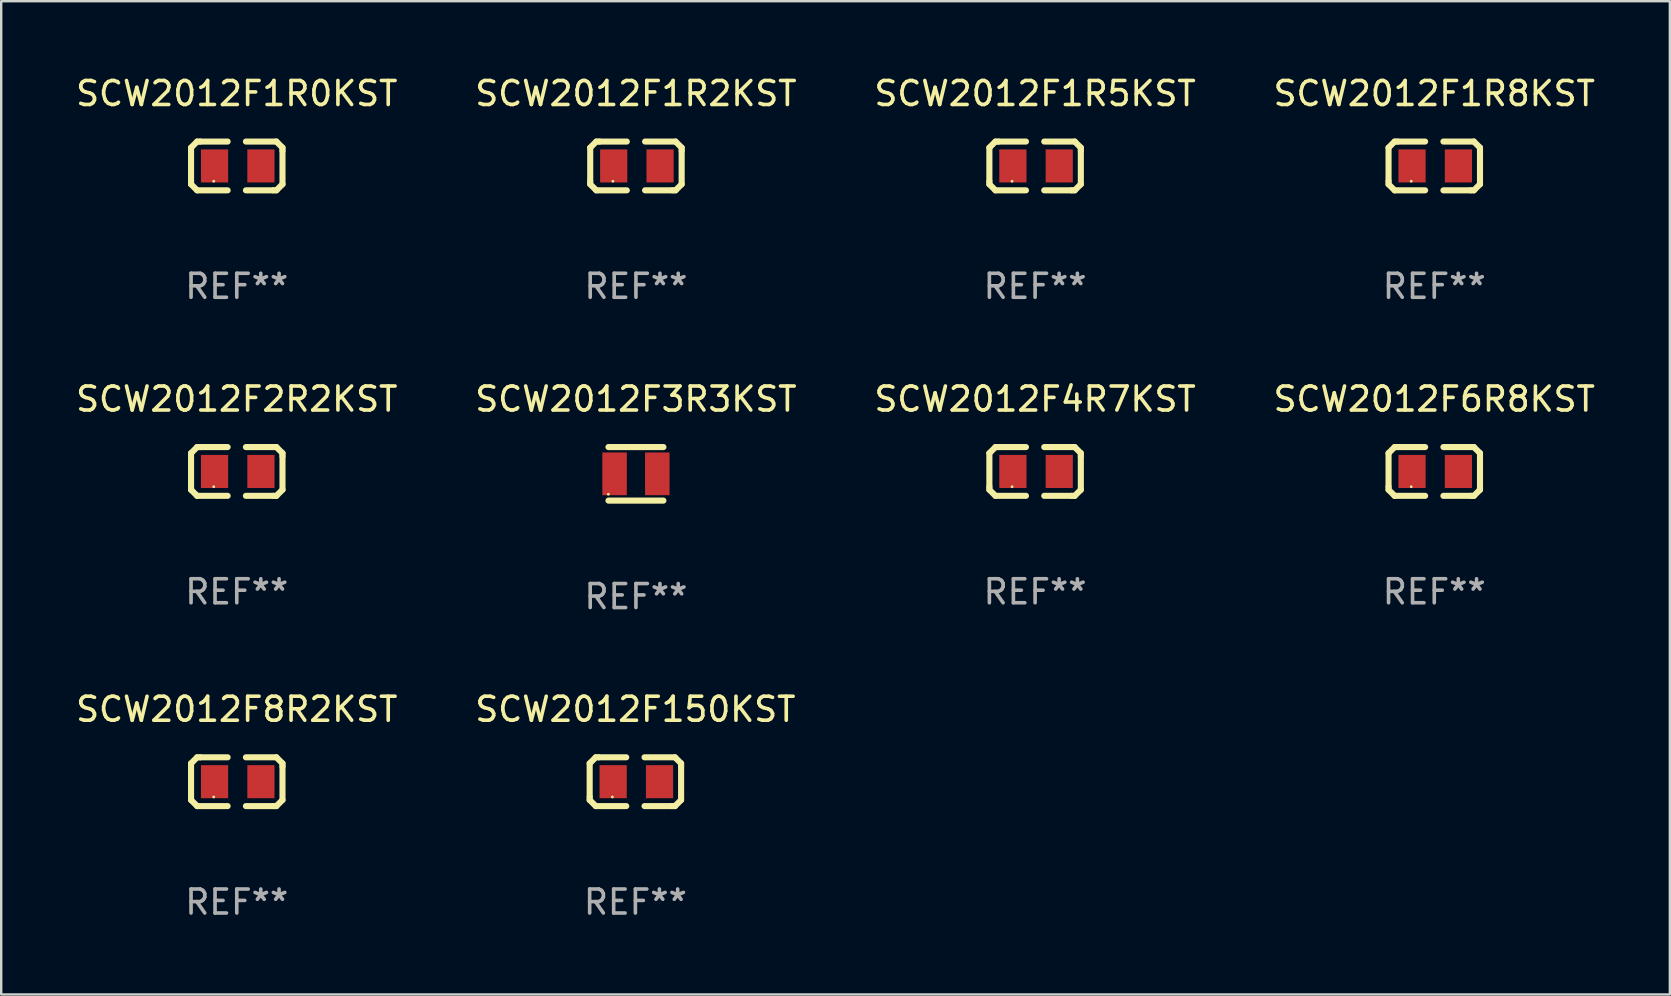
<source format=kicad_pcb>
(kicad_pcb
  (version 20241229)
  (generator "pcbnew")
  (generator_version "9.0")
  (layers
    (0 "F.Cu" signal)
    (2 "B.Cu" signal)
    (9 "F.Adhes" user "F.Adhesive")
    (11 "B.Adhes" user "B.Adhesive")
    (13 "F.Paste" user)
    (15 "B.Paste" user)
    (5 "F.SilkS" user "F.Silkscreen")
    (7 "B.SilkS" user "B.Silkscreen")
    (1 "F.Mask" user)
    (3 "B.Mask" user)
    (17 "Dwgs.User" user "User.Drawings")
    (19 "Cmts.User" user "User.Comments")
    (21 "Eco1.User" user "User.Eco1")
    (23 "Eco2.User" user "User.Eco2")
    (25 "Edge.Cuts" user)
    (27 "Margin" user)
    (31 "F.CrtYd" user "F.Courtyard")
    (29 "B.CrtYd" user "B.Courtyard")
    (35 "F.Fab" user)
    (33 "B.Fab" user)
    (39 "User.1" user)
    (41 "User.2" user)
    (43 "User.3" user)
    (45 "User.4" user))
  (footprint "SCW2012F6R8KST"
    (layer "F.Cu")
    (at 56.708 16.593)
    (property "Reference" "SCW2012F6R8KST" (at 0 -3.016 0) (layer "F.SilkS") (effects (font (size 1 1) (thickness 0.15))))
    (attr through_hole)
    (fp_line (start -1.905 -0.762) (end -1.905 0.635) (stroke (width 0.254) (type solid)) (layer "F.SilkS"))
    (fp_line (start -1.905 0.635) (end -1.905 0.762) (stroke (width 0.254) (type solid)) (layer "F.SilkS"))
    (fp_line (start -1.905 0.762) (end -1.651 1.016) (stroke (width 0.254) (type solid)) (layer "F.SilkS"))
    (fp_line (start -1.651 -1.016) (end -1.905 -0.762) (stroke (width 0.254) (type solid)) (layer "F.SilkS"))
    (fp_line (start -1.651 1.016) (end -0.381 1.016) (stroke (width 0.254) (type solid)) (layer "F.SilkS"))
    (fp_line (start -1.524 -1.016) (end -1.651 -1.016) (stroke (width 0.254) (type solid)) (layer "F.SilkS"))
    (fp_line (start -0.381 -1.016) (end -1.524 -1.016) (stroke (width 0.254) (type solid)) (layer "F.SilkS"))
    (fp_line (start 0.381 1.016) (end 1.524 1.016) (stroke (width 0.254) (type solid)) (layer "F.SilkS"))
    (fp_line (start 1.524 1.016) (end 1.651 1.016) (stroke (width 0.254) (type solid)) (layer "F.SilkS"))
    (fp_line (start 1.651 -1.016) (end 0.381 -1.016) (stroke (width 0.254) (type solid)) (layer "F.SilkS"))
    (fp_line (start 1.651 1.016) (end 1.905 0.762) (stroke (width 0.254) (type solid)) (layer "F.SilkS"))
    (fp_line (start 1.905 -0.762) (end 1.651 -1.016) (stroke (width 0.254) (type solid)) (layer "F.SilkS"))
    (fp_line (start 1.905 -0.635) (end 1.905 -0.762) (stroke (width 0.254) (type solid)) (layer "F.SilkS"))
    (fp_line (start 1.905 0.762) (end 1.905 -0.635) (stroke (width 0.254) (type solid)) (layer "F.SilkS"))
    (fp_circle (center -0.96 0.637) (end -0.93 0.637) (stroke (width 0.06) (type solid)) (fill no) (layer "F.SilkS"))
    (fp_text user "REF**" (at 0 5.016 0) (layer "F.Fab") (effects (font (size 1 1) (thickness 0.15))))
    (pad "1" smd rect (at -0.926 -0.000051) (size 1.133 1.377) (layers "F.Cu" "F.Mask" "F.Paste"))
    (pad "2" smd rect (at 1.006 -0.000051) (size 1.133 1.377) (layers "F.Cu" "F.Mask" "F.Paste")))
  (footprint "SCW2012F2R2KST"
    (layer "F.Cu")
    (at 6.815 16.593)
    (property "Reference" "SCW2012F2R2KST" (at 0 -3.016 0) (layer "F.SilkS") (effects (font (size 1 1) (thickness 0.15))))
    (attr through_hole)
    (fp_line (start -1.905 -0.762) (end -1.905 0.635) (stroke (width 0.254) (type solid)) (layer "F.SilkS"))
    (fp_line (start -1.905 0.635) (end -1.905 0.762) (stroke (width 0.254) (type solid)) (layer "F.SilkS"))
    (fp_line (start -1.905 0.762) (end -1.651 1.016) (stroke (width 0.254) (type solid)) (layer "F.SilkS"))
    (fp_line (start -1.651 -1.016) (end -1.905 -0.762) (stroke (width 0.254) (type solid)) (layer "F.SilkS"))
    (fp_line (start -1.651 1.016) (end -0.381 1.016) (stroke (width 0.254) (type solid)) (layer "F.SilkS"))
    (fp_line (start -1.524 -1.016) (end -1.651 -1.016) (stroke (width 0.254) (type solid)) (layer "F.SilkS"))
    (fp_line (start -0.381 -1.016) (end -1.524 -1.016) (stroke (width 0.254) (type solid)) (layer "F.SilkS"))
    (fp_line (start 0.381 1.016) (end 1.524 1.016) (stroke (width 0.254) (type solid)) (layer "F.SilkS"))
    (fp_line (start 1.524 1.016) (end 1.651 1.016) (stroke (width 0.254) (type solid)) (layer "F.SilkS"))
    (fp_line (start 1.651 -1.016) (end 0.381 -1.016) (stroke (width 0.254) (type solid)) (layer "F.SilkS"))
    (fp_line (start 1.651 1.016) (end 1.905 0.762) (stroke (width 0.254) (type solid)) (layer "F.SilkS"))
    (fp_line (start 1.905 -0.762) (end 1.651 -1.016) (stroke (width 0.254) (type solid)) (layer "F.SilkS"))
    (fp_line (start 1.905 -0.635) (end 1.905 -0.762) (stroke (width 0.254) (type solid)) (layer "F.SilkS"))
    (fp_line (start 1.905 0.762) (end 1.905 -0.635) (stroke (width 0.254) (type solid)) (layer "F.SilkS"))
    (fp_circle (center -0.96 0.637) (end -0.93 0.637) (stroke (width 0.06) (type solid)) (fill no) (layer "F.SilkS"))
    (fp_text user "REF**" (at 0 5.016 0) (layer "F.Fab") (effects (font (size 1 1) (thickness 0.15))))
    (pad "1" smd rect (at -0.926 -0.000051) (size 1.133 1.377) (layers "F.Cu" "F.Mask" "F.Paste"))
    (pad "2" smd rect (at 1.006 -0.000051) (size 1.133 1.377) (layers "F.Cu" "F.Mask" "F.Paste")))
  (footprint "SCW2012F1R8KST"
    (layer "F.Cu")
    (at 56.708 3.864)
    (property "Reference" "SCW2012F1R8KST" (at 0 -3.016 0) (layer "F.SilkS") (effects (font (size 1 1) (thickness 0.15))))
    (attr through_hole)
    (fp_line (start -1.905 -0.762) (end -1.905 0.635) (stroke (width 0.254) (type solid)) (layer "F.SilkS"))
    (fp_line (start -1.905 0.635) (end -1.905 0.762) (stroke (width 0.254) (type solid)) (layer "F.SilkS"))
    (fp_line (start -1.905 0.762) (end -1.651 1.016) (stroke (width 0.254) (type solid)) (layer "F.SilkS"))
    (fp_line (start -1.651 -1.016) (end -1.905 -0.762) (stroke (width 0.254) (type solid)) (layer "F.SilkS"))
    (fp_line (start -1.651 1.016) (end -0.381 1.016) (stroke (width 0.254) (type solid)) (layer "F.SilkS"))
    (fp_line (start -1.524 -1.016) (end -1.651 -1.016) (stroke (width 0.254) (type solid)) (layer "F.SilkS"))
    (fp_line (start -0.381 -1.016) (end -1.524 -1.016) (stroke (width 0.254) (type solid)) (layer "F.SilkS"))
    (fp_line (start 0.381 1.016) (end 1.524 1.016) (stroke (width 0.254) (type solid)) (layer "F.SilkS"))
    (fp_line (start 1.524 1.016) (end 1.651 1.016) (stroke (width 0.254) (type solid)) (layer "F.SilkS"))
    (fp_line (start 1.651 -1.016) (end 0.381 -1.016) (stroke (width 0.254) (type solid)) (layer "F.SilkS"))
    (fp_line (start 1.651 1.016) (end 1.905 0.762) (stroke (width 0.254) (type solid)) (layer "F.SilkS"))
    (fp_line (start 1.905 -0.762) (end 1.651 -1.016) (stroke (width 0.254) (type solid)) (layer "F.SilkS"))
    (fp_line (start 1.905 -0.635) (end 1.905 -0.762) (stroke (width 0.254) (type solid)) (layer "F.SilkS"))
    (fp_line (start 1.905 0.762) (end 1.905 -0.635) (stroke (width 0.254) (type solid)) (layer "F.SilkS"))
    (fp_circle (center -0.96 0.637) (end -0.93 0.637) (stroke (width 0.06) (type solid)) (fill no) (layer "F.SilkS"))
    (fp_text user "REF**" (at 0 5.016 0) (layer "F.Fab") (effects (font (size 1 1) (thickness 0.15))))
    (pad "1" smd rect (at -0.926 -0.000051) (size 1.133 1.377) (layers "F.Cu" "F.Mask" "F.Paste"))
    (pad "2" smd rect (at 1.006 -0.000051) (size 1.133 1.377) (layers "F.Cu" "F.Mask" "F.Paste")))
  (footprint "SCW2012F150KST"
    (layer "F.Cu")
    (at 23.423 29.519)
    (property "Reference" "SCW2012F150KST" (at 0 -3.016 0) (layer "F.SilkS") (effects (font (size 1 1) (thickness 0.15))))
    (attr through_hole)
    (fp_line (start -1.905 -0.762) (end -1.905 0.635) (stroke (width 0.254) (type solid)) (layer "F.SilkS"))
    (fp_line (start -1.905 0.635) (end -1.905 0.762) (stroke (width 0.254) (type solid)) (layer "F.SilkS"))
    (fp_line (start -1.905 0.762) (end -1.651 1.016) (stroke (width 0.254) (type solid)) (layer "F.SilkS"))
    (fp_line (start -1.651 -1.016) (end -1.905 -0.762) (stroke (width 0.254) (type solid)) (layer "F.SilkS"))
    (fp_line (start -1.651 1.016) (end -0.381 1.016) (stroke (width 0.254) (type solid)) (layer "F.SilkS"))
    (fp_line (start -1.524 -1.016) (end -1.651 -1.016) (stroke (width 0.254) (type solid)) (layer "F.SilkS"))
    (fp_line (start -0.381 -1.016) (end -1.524 -1.016) (stroke (width 0.254) (type solid)) (layer "F.SilkS"))
    (fp_line (start 0.381 1.016) (end 1.524 1.016) (stroke (width 0.254) (type solid)) (layer "F.SilkS"))
    (fp_line (start 1.524 1.016) (end 1.651 1.016) (stroke (width 0.254) (type solid)) (layer "F.SilkS"))
    (fp_line (start 1.651 -1.016) (end 0.381 -1.016) (stroke (width 0.254) (type solid)) (layer "F.SilkS"))
    (fp_line (start 1.651 1.016) (end 1.905 0.762) (stroke (width 0.254) (type solid)) (layer "F.SilkS"))
    (fp_line (start 1.905 -0.762) (end 1.651 -1.016) (stroke (width 0.254) (type solid)) (layer "F.SilkS"))
    (fp_line (start 1.905 -0.635) (end 1.905 -0.762) (stroke (width 0.254) (type solid)) (layer "F.SilkS"))
    (fp_line (start 1.905 0.762) (end 1.905 -0.635) (stroke (width 0.254) (type solid)) (layer "F.SilkS"))
    (fp_circle (center -0.96 0.637) (end -0.93 0.637) (stroke (width 0.06) (type solid)) (fill no) (layer "F.SilkS"))
    (fp_text user "REF**" (at 0 5.016 0) (layer "F.Fab") (effects (font (size 1 1) (thickness 0.15))))
    (pad "1" smd rect (at -0.926 -0.000051) (size 1.133 1.377) (layers "F.Cu" "F.Mask" "F.Paste"))
    (pad "2" smd rect (at 1.006 -0.000051) (size 1.133 1.377) (layers "F.Cu" "F.Mask" "F.Paste")))
  (footprint "SCW2012F1R5KST"
    (layer "F.Cu")
    (at 40.077 3.864)
    (property "Reference" "SCW2012F1R5KST" (at 0 -3.016 0) (layer "F.SilkS") (effects (font (size 1 1) (thickness 0.15))))
    (attr through_hole)
    (fp_line (start -1.905 -0.762) (end -1.905 0.635) (stroke (width 0.254) (type solid)) (layer "F.SilkS"))
    (fp_line (start -1.905 0.635) (end -1.905 0.762) (stroke (width 0.254) (type solid)) (layer "F.SilkS"))
    (fp_line (start -1.905 0.762) (end -1.651 1.016) (stroke (width 0.254) (type solid)) (layer "F.SilkS"))
    (fp_line (start -1.651 -1.016) (end -1.905 -0.762) (stroke (width 0.254) (type solid)) (layer "F.SilkS"))
    (fp_line (start -1.651 1.016) (end -0.381 1.016) (stroke (width 0.254) (type solid)) (layer "F.SilkS"))
    (fp_line (start -1.524 -1.016) (end -1.651 -1.016) (stroke (width 0.254) (type solid)) (layer "F.SilkS"))
    (fp_line (start -0.381 -1.016) (end -1.524 -1.016) (stroke (width 0.254) (type solid)) (layer "F.SilkS"))
    (fp_line (start 0.381 1.016) (end 1.524 1.016) (stroke (width 0.254) (type solid)) (layer "F.SilkS"))
    (fp_line (start 1.524 1.016) (end 1.651 1.016) (stroke (width 0.254) (type solid)) (layer "F.SilkS"))
    (fp_line (start 1.651 -1.016) (end 0.381 -1.016) (stroke (width 0.254) (type solid)) (layer "F.SilkS"))
    (fp_line (start 1.651 1.016) (end 1.905 0.762) (stroke (width 0.254) (type solid)) (layer "F.SilkS"))
    (fp_line (start 1.905 -0.762) (end 1.651 -1.016) (stroke (width 0.254) (type solid)) (layer "F.SilkS"))
    (fp_line (start 1.905 -0.635) (end 1.905 -0.762) (stroke (width 0.254) (type solid)) (layer "F.SilkS"))
    (fp_line (start 1.905 0.762) (end 1.905 -0.635) (stroke (width 0.254) (type solid)) (layer "F.SilkS"))
    (fp_circle (center -0.96 0.637) (end -0.93 0.637) (stroke (width 0.06) (type solid)) (fill no) (layer "F.SilkS"))
    (fp_text user "REF**" (at 0 5.016 0) (layer "F.Fab") (effects (font (size 1 1) (thickness 0.15))))
    (pad "1" smd rect (at -0.926 -0.000051) (size 1.133 1.377) (layers "F.Cu" "F.Mask" "F.Paste"))
    (pad "2" smd rect (at 1.006 -0.000051) (size 1.133 1.377) (layers "F.Cu" "F.Mask" "F.Paste")))
  (footprint "SCW2012F1R2KST"
    (layer "F.Cu")
    (at 23.446 3.864)
    (property "Reference" "SCW2012F1R2KST" (at 0 -3.016 0) (layer "F.SilkS") (effects (font (size 1 1) (thickness 0.15))))
    (attr through_hole)
    (fp_line (start -1.905 -0.762) (end -1.905 0.635) (stroke (width 0.254) (type solid)) (layer "F.SilkS"))
    (fp_line (start -1.905 0.635) (end -1.905 0.762) (stroke (width 0.254) (type solid)) (layer "F.SilkS"))
    (fp_line (start -1.905 0.762) (end -1.651 1.016) (stroke (width 0.254) (type solid)) (layer "F.SilkS"))
    (fp_line (start -1.651 -1.016) (end -1.905 -0.762) (stroke (width 0.254) (type solid)) (layer "F.SilkS"))
    (fp_line (start -1.651 1.016) (end -0.381 1.016) (stroke (width 0.254) (type solid)) (layer "F.SilkS"))
    (fp_line (start -1.524 -1.016) (end -1.651 -1.016) (stroke (width 0.254) (type solid)) (layer "F.SilkS"))
    (fp_line (start -0.381 -1.016) (end -1.524 -1.016) (stroke (width 0.254) (type solid)) (layer "F.SilkS"))
    (fp_line (start 0.381 1.016) (end 1.524 1.016) (stroke (width 0.254) (type solid)) (layer "F.SilkS"))
    (fp_line (start 1.524 1.016) (end 1.651 1.016) (stroke (width 0.254) (type solid)) (layer "F.SilkS"))
    (fp_line (start 1.651 -1.016) (end 0.381 -1.016) (stroke (width 0.254) (type solid)) (layer "F.SilkS"))
    (fp_line (start 1.651 1.016) (end 1.905 0.762) (stroke (width 0.254) (type solid)) (layer "F.SilkS"))
    (fp_line (start 1.905 -0.762) (end 1.651 -1.016) (stroke (width 0.254) (type solid)) (layer "F.SilkS"))
    (fp_line (start 1.905 -0.635) (end 1.905 -0.762) (stroke (width 0.254) (type solid)) (layer "F.SilkS"))
    (fp_line (start 1.905 0.762) (end 1.905 -0.635) (stroke (width 0.254) (type solid)) (layer "F.SilkS"))
    (fp_circle (center -0.96 0.637) (end -0.93 0.637) (stroke (width 0.06) (type solid)) (fill no) (layer "F.SilkS"))
    (fp_text user "REF**" (at 0 5.016 0) (layer "F.Fab") (effects (font (size 1 1) (thickness 0.15))))
    (pad "1" smd rect (at -0.926 -0.000051) (size 1.133 1.377) (layers "F.Cu" "F.Mask" "F.Paste"))
    (pad "2" smd rect (at 1.006 -0.000051) (size 1.133 1.377) (layers "F.Cu" "F.Mask" "F.Paste")))
  (footprint "SCW2012F8R2KST"
    (layer "F.Cu")
    (at 6.815 29.519)
    (property "Reference" "SCW2012F8R2KST" (at 0 -3.016 0) (layer "F.SilkS") (effects (font (size 1 1) (thickness 0.15))))
    (attr through_hole)
    (fp_line (start -1.905 -0.762) (end -1.905 0.635) (stroke (width 0.254) (type solid)) (layer "F.SilkS"))
    (fp_line (start -1.905 0.635) (end -1.905 0.762) (stroke (width 0.254) (type solid)) (layer "F.SilkS"))
    (fp_line (start -1.905 0.762) (end -1.651 1.016) (stroke (width 0.254) (type solid)) (layer "F.SilkS"))
    (fp_line (start -1.651 -1.016) (end -1.905 -0.762) (stroke (width 0.254) (type solid)) (layer "F.SilkS"))
    (fp_line (start -1.651 1.016) (end -0.381 1.016) (stroke (width 0.254) (type solid)) (layer "F.SilkS"))
    (fp_line (start -1.524 -1.016) (end -1.651 -1.016) (stroke (width 0.254) (type solid)) (layer "F.SilkS"))
    (fp_line (start -0.381 -1.016) (end -1.524 -1.016) (stroke (width 0.254) (type solid)) (layer "F.SilkS"))
    (fp_line (start 0.381 1.016) (end 1.524 1.016) (stroke (width 0.254) (type solid)) (layer "F.SilkS"))
    (fp_line (start 1.524 1.016) (end 1.651 1.016) (stroke (width 0.254) (type solid)) (layer "F.SilkS"))
    (fp_line (start 1.651 -1.016) (end 0.381 -1.016) (stroke (width 0.254) (type solid)) (layer "F.SilkS"))
    (fp_line (start 1.651 1.016) (end 1.905 0.762) (stroke (width 0.254) (type solid)) (layer "F.SilkS"))
    (fp_line (start 1.905 -0.762) (end 1.651 -1.016) (stroke (width 0.254) (type solid)) (layer "F.SilkS"))
    (fp_line (start 1.905 -0.635) (end 1.905 -0.762) (stroke (width 0.254) (type solid)) (layer "F.SilkS"))
    (fp_line (start 1.905 0.762) (end 1.905 -0.635) (stroke (width 0.254) (type solid)) (layer "F.SilkS"))
    (fp_circle (center -0.96 0.637) (end -0.93 0.637) (stroke (width 0.06) (type solid)) (fill no) (layer "F.SilkS"))
    (fp_text user "REF**" (at 0 5.016 0) (layer "F.Fab") (effects (font (size 1 1) (thickness 0.15))))
    (pad "1" smd rect (at -0.926 -0.000051) (size 1.133 1.377) (layers "F.Cu" "F.Mask" "F.Paste"))
    (pad "2" smd rect (at 1.006 -0.000051) (size 1.133 1.377) (layers "F.Cu" "F.Mask" "F.Paste")))
  (footprint "SCW2012F4R7KST"
    (layer "F.Cu")
    (at 40.077 16.593)
    (property "Reference" "SCW2012F4R7KST" (at 0 -3.016 0) (layer "F.SilkS") (effects (font (size 1 1) (thickness 0.15))))
    (attr through_hole)
    (fp_line (start -1.905 -0.762) (end -1.905 0.635) (stroke (width 0.254) (type solid)) (layer "F.SilkS"))
    (fp_line (start -1.905 0.635) (end -1.905 0.762) (stroke (width 0.254) (type solid)) (layer "F.SilkS"))
    (fp_line (start -1.905 0.762) (end -1.651 1.016) (stroke (width 0.254) (type solid)) (layer "F.SilkS"))
    (fp_line (start -1.651 -1.016) (end -1.905 -0.762) (stroke (width 0.254) (type solid)) (layer "F.SilkS"))
    (fp_line (start -1.651 1.016) (end -0.381 1.016) (stroke (width 0.254) (type solid)) (layer "F.SilkS"))
    (fp_line (start -1.524 -1.016) (end -1.651 -1.016) (stroke (width 0.254) (type solid)) (layer "F.SilkS"))
    (fp_line (start -0.381 -1.016) (end -1.524 -1.016) (stroke (width 0.254) (type solid)) (layer "F.SilkS"))
    (fp_line (start 0.381 1.016) (end 1.524 1.016) (stroke (width 0.254) (type solid)) (layer "F.SilkS"))
    (fp_line (start 1.524 1.016) (end 1.651 1.016) (stroke (width 0.254) (type solid)) (layer "F.SilkS"))
    (fp_line (start 1.651 -1.016) (end 0.381 -1.016) (stroke (width 0.254) (type solid)) (layer "F.SilkS"))
    (fp_line (start 1.651 1.016) (end 1.905 0.762) (stroke (width 0.254) (type solid)) (layer "F.SilkS"))
    (fp_line (start 1.905 -0.762) (end 1.651 -1.016) (stroke (width 0.254) (type solid)) (layer "F.SilkS"))
    (fp_line (start 1.905 -0.635) (end 1.905 -0.762) (stroke (width 0.254) (type solid)) (layer "F.SilkS"))
    (fp_line (start 1.905 0.762) (end 1.905 -0.635) (stroke (width 0.254) (type solid)) (layer "F.SilkS"))
    (fp_circle (center -0.96 0.637) (end -0.93 0.637) (stroke (width 0.06) (type solid)) (fill no) (layer "F.SilkS"))
    (fp_text user "REF**" (at 0 5.016 0) (layer "F.Fab") (effects (font (size 1 1) (thickness 0.15))))
    (pad "1" smd rect (at -0.926 -0.000051) (size 1.133 1.377) (layers "F.Cu" "F.Mask" "F.Paste"))
    (pad "2" smd rect (at 1.006 -0.000051) (size 1.133 1.377) (layers "F.Cu" "F.Mask" "F.Paste")))
  (footprint "SCW2012F1R0KST"
    (layer "F.Cu")
    (at 6.815 3.864)
    (property "Reference" "SCW2012F1R0KST" (at 0 -3.016 0) (layer "F.SilkS") (effects (font (size 1 1) (thickness 0.15))))
    (attr through_hole)
    (fp_line (start -1.905 -0.762) (end -1.905 0.635) (stroke (width 0.254) (type solid)) (layer "F.SilkS"))
    (fp_line (start -1.905 0.635) (end -1.905 0.762) (stroke (width 0.254) (type solid)) (layer "F.SilkS"))
    (fp_line (start -1.905 0.762) (end -1.651 1.016) (stroke (width 0.254) (type solid)) (layer "F.SilkS"))
    (fp_line (start -1.651 -1.016) (end -1.905 -0.762) (stroke (width 0.254) (type solid)) (layer "F.SilkS"))
    (fp_line (start -1.651 1.016) (end -0.381 1.016) (stroke (width 0.254) (type solid)) (layer "F.SilkS"))
    (fp_line (start -1.524 -1.016) (end -1.651 -1.016) (stroke (width 0.254) (type solid)) (layer "F.SilkS"))
    (fp_line (start -0.381 -1.016) (end -1.524 -1.016) (stroke (width 0.254) (type solid)) (layer "F.SilkS"))
    (fp_line (start 0.381 1.016) (end 1.524 1.016) (stroke (width 0.254) (type solid)) (layer "F.SilkS"))
    (fp_line (start 1.524 1.016) (end 1.651 1.016) (stroke (width 0.254) (type solid)) (layer "F.SilkS"))
    (fp_line (start 1.651 -1.016) (end 0.381 -1.016) (stroke (width 0.254) (type solid)) (layer "F.SilkS"))
    (fp_line (start 1.651 1.016) (end 1.905 0.762) (stroke (width 0.254) (type solid)) (layer "F.SilkS"))
    (fp_line (start 1.905 -0.762) (end 1.651 -1.016) (stroke (width 0.254) (type solid)) (layer "F.SilkS"))
    (fp_line (start 1.905 -0.635) (end 1.905 -0.762) (stroke (width 0.254) (type solid)) (layer "F.SilkS"))
    (fp_line (start 1.905 0.762) (end 1.905 -0.635) (stroke (width 0.254) (type solid)) (layer "F.SilkS"))
    (fp_circle (center -0.96 0.637) (end -0.93 0.637) (stroke (width 0.06) (type solid)) (fill no) (layer "F.SilkS"))
    (fp_text user "REF**" (at 0 5.016 0) (layer "F.Fab") (effects (font (size 1 1) (thickness 0.15))))
    (pad "1" smd rect (at -0.926 -0.000051) (size 1.133 1.377) (layers "F.Cu" "F.Mask" "F.Paste"))
    (pad "2" smd rect (at 1.006 -0.000051) (size 1.133 1.377) (layers "F.Cu" "F.Mask" "F.Paste")))
  (footprint "SCW2012F3R3KST"
    (layer "F.Cu")
    (at 23.446 16.692)
    (property "Reference" "SCW2012F3R3KST" (at 0 -3.115 0) (layer "F.SilkS") (effects (font (size 1 1) (thickness 0.15))))
    (attr through_hole)
    (fp_line (start -1.145 -1.115) (end 1.145 -1.115) (stroke (width 0.254) (type solid)) (layer "F.SilkS"))
    (fp_line (start -1.145 1.115) (end 1.145 1.115) (stroke (width 0.254) (type solid)) (layer "F.SilkS"))
    (fp_circle (center -1.15 0.85) (end -1.12 0.85) (stroke (width 0.06) (type solid)) (fill no) (layer "F.SilkS"))
    (fp_text user "REF**" (at 0 5.115 0) (layer "F.Fab") (effects (font (size 1 1) (thickness 0.15))))
    (pad "1" smd rect (at -0.89 0 90) (size 1.78 1.02) (layers "F.Cu" "F.Mask" "F.Paste"))
    (pad "2" smd rect (at 0.89 0 90) (size 1.78 1.02) (layers "F.Cu" "F.Mask" "F.Paste")))
  (gr_rect
    (start -3 -3)
    (end 66.524 38.384)
    (stroke (width 0.1) (type default))
    (fill no)
    (layer "Edge.Cuts")))
</source>
